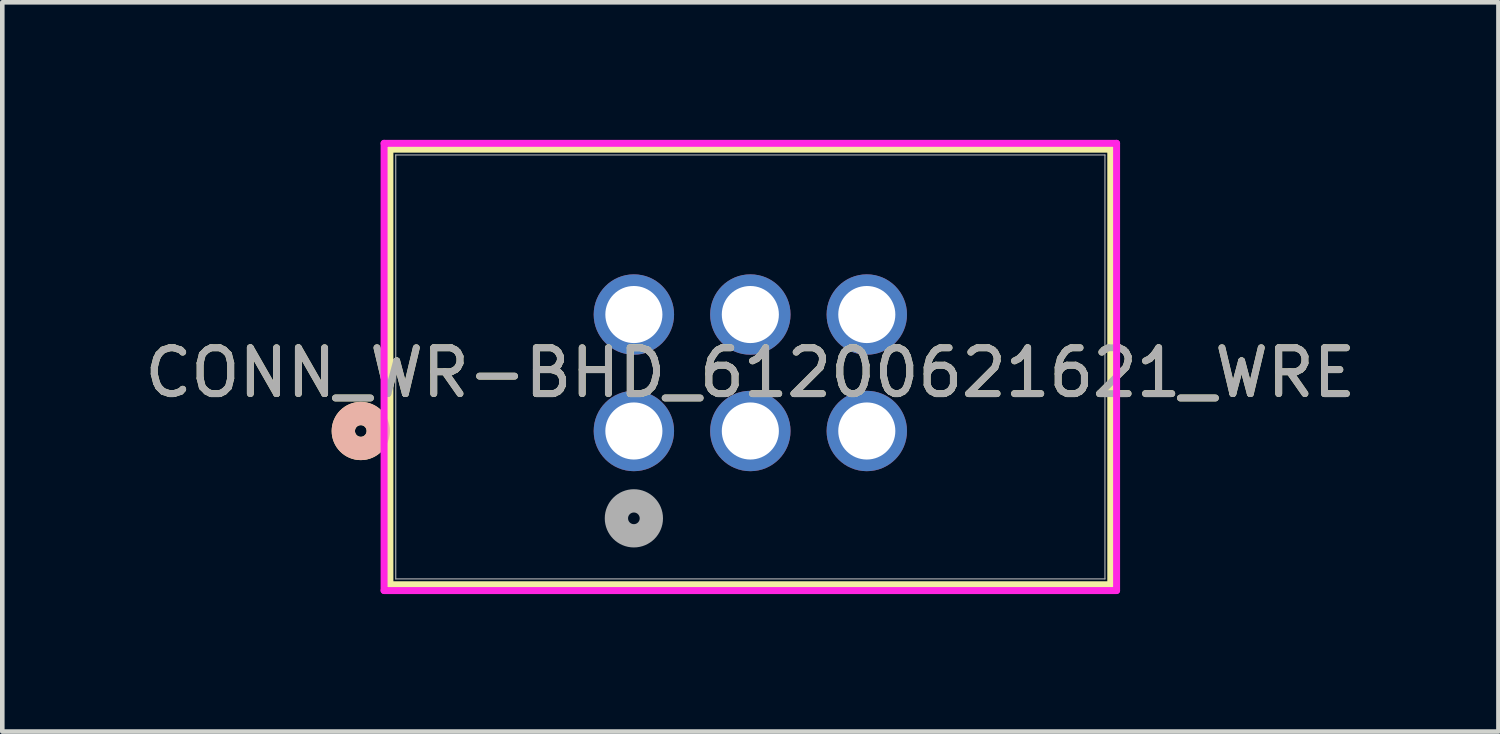
<source format=kicad_pcb>
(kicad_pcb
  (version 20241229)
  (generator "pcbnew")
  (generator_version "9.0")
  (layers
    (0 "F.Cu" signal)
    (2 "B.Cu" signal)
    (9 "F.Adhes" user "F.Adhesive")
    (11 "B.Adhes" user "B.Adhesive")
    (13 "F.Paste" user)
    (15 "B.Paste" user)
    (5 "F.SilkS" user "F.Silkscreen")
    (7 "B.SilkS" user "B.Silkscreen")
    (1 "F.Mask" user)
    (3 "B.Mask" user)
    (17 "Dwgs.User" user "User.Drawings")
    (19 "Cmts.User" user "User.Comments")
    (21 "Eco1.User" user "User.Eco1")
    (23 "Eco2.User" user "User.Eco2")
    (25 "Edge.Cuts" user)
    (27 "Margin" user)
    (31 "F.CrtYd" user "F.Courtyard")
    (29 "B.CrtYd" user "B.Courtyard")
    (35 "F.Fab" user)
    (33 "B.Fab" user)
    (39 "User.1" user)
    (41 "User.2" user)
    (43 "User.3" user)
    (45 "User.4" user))
  (footprint "CONN_WR-BHD_61200621621_WRE"
    (layer "F.Cu")
    (at 10.775 6.35)
    (property "Reference" "CONN_WR-BHD_61200621621_WRE" (at 2.54 -1.27 0) (unlocked yes) (layer "F.SilkS") (effects (font (size 1 1) (thickness 0.15))))
    (attr through_hole)
    (fp_line (start -5.321 -6.147) (end -5.321 3.353) (stroke (width 0.152) (type solid)) (layer "F.SilkS"))
    (fp_line (start -5.321 3.353) (end 10.401 3.353) (stroke (width 0.152) (type solid)) (layer "F.SilkS"))
    (fp_line (start 10.401 -6.147) (end -5.321 -6.147) (stroke (width 0.152) (type solid)) (layer "F.SilkS"))
    (fp_line (start 10.401 3.353) (end 10.401 -6.147) (stroke (width 0.152) (type solid)) (layer "F.SilkS"))
    (fp_circle (center -5.956 0) (end -5.575 0) (stroke (width 0.508) (type solid)) (fill no) (layer "F.SilkS"))
    (fp_circle (center -5.956 0) (end -5.575 0) (stroke (width 0.508) (type solid)) (fill no) (layer "B.SilkS"))
    (fp_line (start -5.448 -6.274) (end -5.448 3.48) (stroke (width 0.152) (type solid)) (layer "F.CrtYd"))
    (fp_line (start -5.448 3.48) (end 10.528 3.48) (stroke (width 0.152) (type solid)) (layer "F.CrtYd"))
    (fp_line (start 10.528 -6.274) (end -5.448 -6.274) (stroke (width 0.152) (type solid)) (layer "F.CrtYd"))
    (fp_line (start 10.528 3.48) (end 10.528 -6.274) (stroke (width 0.152) (type solid)) (layer "F.CrtYd"))
    (fp_line (start -5.194 -6.02) (end -5.194 3.226) (stroke (width 0.025) (type solid)) (layer "F.Fab"))
    (fp_line (start -5.194 3.226) (end 10.274 3.226) (stroke (width 0.025) (type solid)) (layer "F.Fab"))
    (fp_line (start 10.274 -6.02) (end -5.194 -6.02) (stroke (width 0.025) (type solid)) (layer "F.Fab"))
    (fp_line (start 10.274 3.226) (end 10.274 -6.02) (stroke (width 0.025) (type solid)) (layer "F.Fab"))
    (fp_circle (center 0 1.905) (end 0.381 1.905) (stroke (width 0.508) (type solid)) (fill no) (layer "F.Fab"))
    (fp_text user "${REFERENCE}" (at 2.54 -1.27 0) (unlocked yes) (layer "F.Fab") (effects (font (size 1 1) (thickness 0.15))))
    (pad "1" thru_hole circle (at 0 0) (size 1.753 1.753) (drill 1.245) (layers "*.Cu" "*.Mask"))
    (pad "2" thru_hole circle (at 0 -2.54) (size 1.753 1.753) (drill 1.245) (layers "*.Cu" "*.Mask"))
    (pad "3" thru_hole circle (at 2.54 0) (size 1.753 1.753) (drill 1.245) (layers "*.Cu" "*.Mask"))
    (pad "4" thru_hole circle (at 2.54 -2.54) (size 1.753 1.753) (drill 1.245) (layers "*.Cu" "*.Mask"))
    (pad "5" thru_hole circle (at 5.08 0) (size 1.753 1.753) (drill 1.245) (layers "*.Cu" "*.Mask"))
    (pad "6" thru_hole circle (at 5.08 -2.54) (size 1.753 1.753) (drill 1.245) (layers "*.Cu" "*.Mask")))
  (gr_rect
    (start -3 -3)
    (end 29.631 12.906)
    (stroke (width 0.1) (type default))
    (fill no)
    (layer "Edge.Cuts")))
</source>
